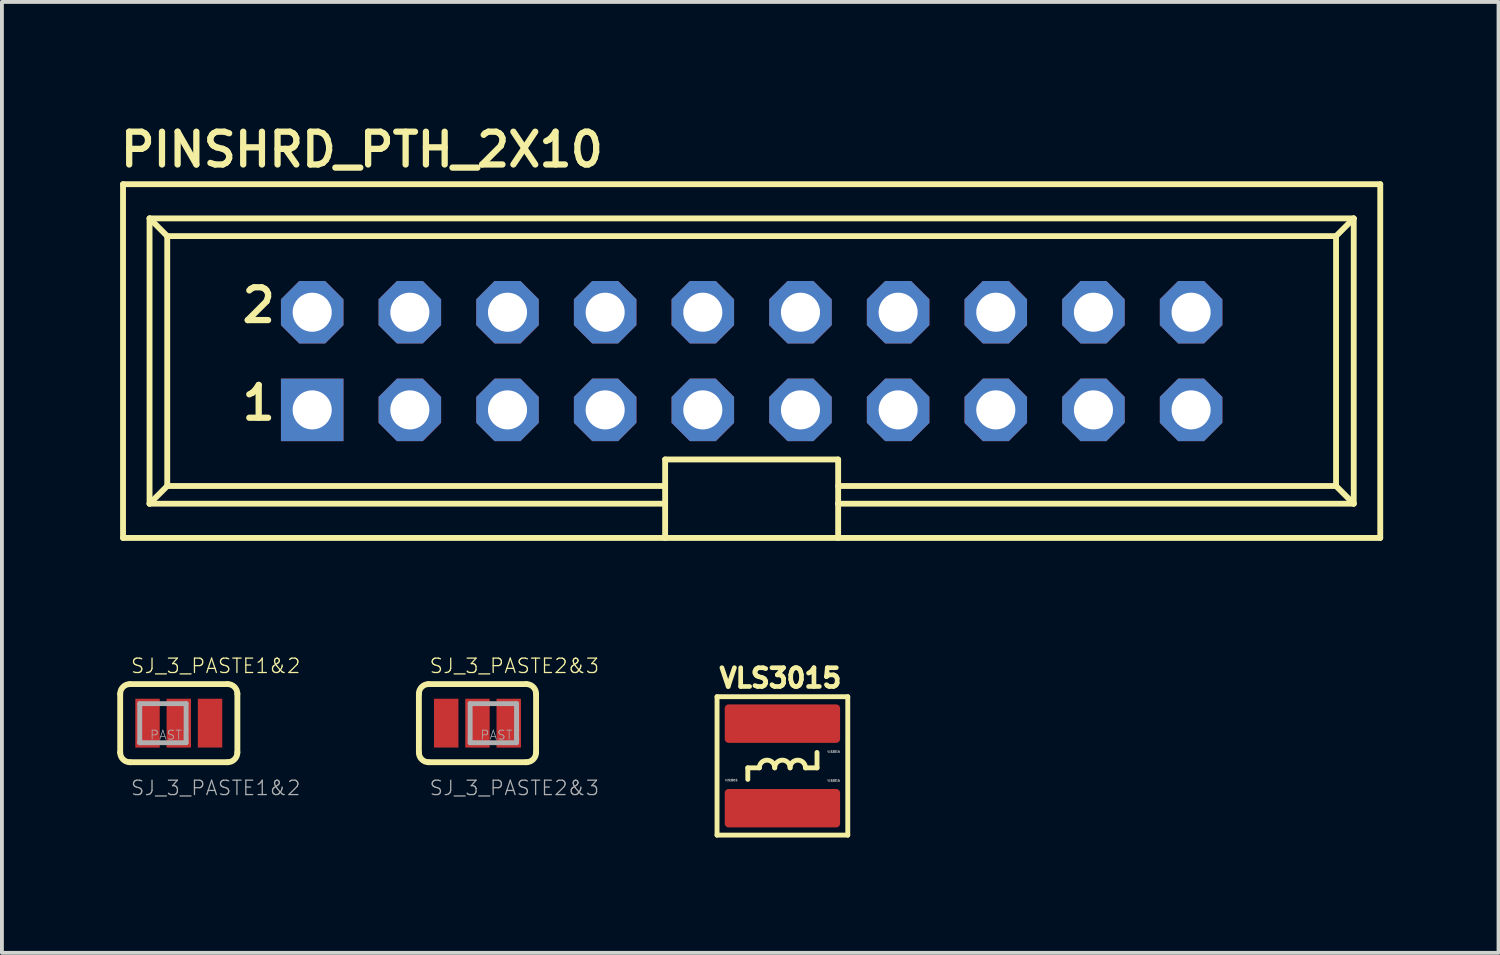
<source format=kicad_pcb>
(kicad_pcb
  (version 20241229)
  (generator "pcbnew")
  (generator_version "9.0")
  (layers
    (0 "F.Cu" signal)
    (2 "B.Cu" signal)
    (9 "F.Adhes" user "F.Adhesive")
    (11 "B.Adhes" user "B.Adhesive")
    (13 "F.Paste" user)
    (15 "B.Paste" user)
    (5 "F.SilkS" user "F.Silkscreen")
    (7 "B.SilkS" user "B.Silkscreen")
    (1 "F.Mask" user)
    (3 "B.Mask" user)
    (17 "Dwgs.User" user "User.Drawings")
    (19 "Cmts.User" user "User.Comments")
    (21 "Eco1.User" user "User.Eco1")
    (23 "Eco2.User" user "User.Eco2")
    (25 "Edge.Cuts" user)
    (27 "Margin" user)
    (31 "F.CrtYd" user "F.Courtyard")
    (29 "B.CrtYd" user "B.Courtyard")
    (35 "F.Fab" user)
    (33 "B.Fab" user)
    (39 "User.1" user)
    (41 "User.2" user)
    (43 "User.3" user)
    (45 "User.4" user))
  (footprint "PINSHRD_PTH_2X10"
    (layer "F.Cu")
    (at 16.5 6.341)
    (property "Reference" "PINSHRD_PTH_2X10" (at -16.5 -5 0) (layer "F.SilkS") (effects (font (size 0.853 0.853) (thickness 0.163)) (justify left bottom)))
    (fp_line (start -16.35 -4.6) (end 16.35 -4.6) (stroke (width 0.152) (type solid)) (layer "F.SilkS"))
    (fp_line (start -16.35 4.6) (end -16.35 -4.6) (stroke (width 0.152) (type solid)) (layer "F.SilkS"))
    (fp_line (start -15.66 -3.71) (end -15.2 -3.25) (stroke (width 0.152) (type solid)) (layer "F.SilkS"))
    (fp_line (start -15.66 -3.71) (end 15.66 -3.71) (stroke (width 0.152) (type solid)) (layer "F.SilkS"))
    (fp_line (start -15.66 3.71) (end -15.66 -3.71) (stroke (width 0.152) (type solid)) (layer "F.SilkS"))
    (fp_line (start -15.66 3.71) (end -2.25 3.71) (stroke (width 0.152) (type solid)) (layer "F.SilkS"))
    (fp_line (start -15.2 -3.25) (end -15.2 3.25) (stroke (width 0.152) (type solid)) (layer "F.SilkS"))
    (fp_line (start -15.2 -3.25) (end 15.2 -3.25) (stroke (width 0.152) (type solid)) (layer "F.SilkS"))
    (fp_line (start -15.2 3.25) (end -15.66 3.71) (stroke (width 0.152) (type solid)) (layer "F.SilkS"))
    (fp_line (start -15.2 3.25) (end -2.25 3.25) (stroke (width 0.152) (type solid)) (layer "F.SilkS"))
    (fp_line (start -2.25 2.56) (end 2.25 2.56) (stroke (width 0.152) (type solid)) (layer "F.SilkS"))
    (fp_line (start -2.25 3.71) (end -2.25 2.56) (stroke (width 0.152) (type solid)) (layer "F.SilkS"))
    (fp_line (start -2.25 4.6) (end -16.35 4.6) (stroke (width 0.152) (type solid)) (layer "F.SilkS"))
    (fp_line (start -2.25 4.6) (end -2.25 3.71) (stroke (width 0.152) (type solid)) (layer "F.SilkS"))
    (fp_line (start 2.25 2.56) (end 2.25 3.71) (stroke (width 0.152) (type solid)) (layer "F.SilkS"))
    (fp_line (start 2.25 3.71) (end 2.25 4.6) (stroke (width 0.152) (type solid)) (layer "F.SilkS"))
    (fp_line (start 2.25 4.6) (end -2.25 4.6) (stroke (width 0.152) (type solid)) (layer "F.SilkS"))
    (fp_line (start 15.2 -3.25) (end 15.2 3.25) (stroke (width 0.152) (type solid)) (layer "F.SilkS"))
    (fp_line (start 15.2 3.25) (end 2.25 3.25) (stroke (width 0.152) (type solid)) (layer "F.SilkS"))
    (fp_line (start 15.2 3.25) (end 15.66 3.71) (stroke (width 0.152) (type solid)) (layer "F.SilkS"))
    (fp_line (start 15.66 -3.71) (end 15.2 -3.25) (stroke (width 0.152) (type solid)) (layer "F.SilkS"))
    (fp_line (start 15.66 -3.71) (end 15.66 3.71) (stroke (width 0.152) (type solid)) (layer "F.SilkS"))
    (fp_line (start 15.66 3.71) (end 2.25 3.71) (stroke (width 0.152) (type solid)) (layer "F.SilkS"))
    (fp_line (start 16.35 -4.6) (end 16.35 4.6) (stroke (width 0.152) (type solid)) (layer "F.SilkS"))
    (fp_line (start 16.35 4.6) (end 2.25 4.6) (stroke (width 0.152) (type solid)) (layer "F.SilkS"))
    (fp_poly (pts (xy -11.684 -1.016) (xy -11.176 -1.016) (xy -11.176 -1.524) (xy -11.684 -1.524)) (stroke (width 0.1) (type default)) (fill no) (layer "F.Fab"))
    (fp_poly (pts (xy -11.684 1.524) (xy -11.176 1.524) (xy -11.176 1.016) (xy -11.684 1.016)) (stroke (width 0.1) (type default)) (fill no) (layer "F.Fab"))
    (fp_poly (pts (xy -9.144 -1.016) (xy -8.636 -1.016) (xy -8.636 -1.524) (xy -9.144 -1.524)) (stroke (width 0.1) (type default)) (fill no) (layer "F.Fab"))
    (fp_poly (pts (xy -9.144 1.524) (xy -8.636 1.524) (xy -8.636 1.016) (xy -9.144 1.016)) (stroke (width 0.1) (type default)) (fill no) (layer "F.Fab"))
    (fp_poly (pts (xy -6.604 -1.016) (xy -6.096 -1.016) (xy -6.096 -1.524) (xy -6.604 -1.524)) (stroke (width 0.1) (type default)) (fill no) (layer "F.Fab"))
    (fp_poly (pts (xy -6.604 1.524) (xy -6.096 1.524) (xy -6.096 1.016) (xy -6.604 1.016)) (stroke (width 0.1) (type default)) (fill no) (layer "F.Fab"))
    (fp_poly (pts (xy -4.064 -1.016) (xy -3.556 -1.016) (xy -3.556 -1.524) (xy -4.064 -1.524)) (stroke (width 0.1) (type default)) (fill no) (layer "F.Fab"))
    (fp_poly (pts (xy -4.064 1.524) (xy -3.556 1.524) (xy -3.556 1.016) (xy -4.064 1.016)) (stroke (width 0.1) (type default)) (fill no) (layer "F.Fab"))
    (fp_poly (pts (xy -1.524 -1.016) (xy -1.016 -1.016) (xy -1.016 -1.524) (xy -1.524 -1.524)) (stroke (width 0.1) (type default)) (fill no) (layer "F.Fab"))
    (fp_poly (pts (xy -1.524 1.524) (xy -1.016 1.524) (xy -1.016 1.016) (xy -1.524 1.016)) (stroke (width 0.1) (type default)) (fill no) (layer "F.Fab"))
    (fp_poly (pts (xy 1.016 -1.016) (xy 1.524 -1.016) (xy 1.524 -1.524) (xy 1.016 -1.524)) (stroke (width 0.1) (type default)) (fill no) (layer "F.Fab"))
    (fp_poly (pts (xy 1.016 1.524) (xy 1.524 1.524) (xy 1.524 1.016) (xy 1.016 1.016)) (stroke (width 0.1) (type default)) (fill no) (layer "F.Fab"))
    (fp_poly (pts (xy 3.556 -1.016) (xy 4.064 -1.016) (xy 4.064 -1.524) (xy 3.556 -1.524)) (stroke (width 0.1) (type default)) (fill no) (layer "F.Fab"))
    (fp_poly (pts (xy 3.556 1.524) (xy 4.064 1.524) (xy 4.064 1.016) (xy 3.556 1.016)) (stroke (width 0.1) (type default)) (fill no) (layer "F.Fab"))
    (fp_poly (pts (xy 6.096 -1.016) (xy 6.604 -1.016) (xy 6.604 -1.524) (xy 6.096 -1.524)) (stroke (width 0.1) (type default)) (fill no) (layer "F.Fab"))
    (fp_poly (pts (xy 6.096 1.524) (xy 6.604 1.524) (xy 6.604 1.016) (xy 6.096 1.016)) (stroke (width 0.1) (type default)) (fill no) (layer "F.Fab"))
    (fp_poly (pts (xy 8.636 -1.016) (xy 9.144 -1.016) (xy 9.144 -1.524) (xy 8.636 -1.524)) (stroke (width 0.1) (type default)) (fill no) (layer "F.Fab"))
    (fp_poly (pts (xy 8.636 1.524) (xy 9.144 1.524) (xy 9.144 1.016) (xy 8.636 1.016)) (stroke (width 0.1) (type default)) (fill no) (layer "F.Fab"))
    (fp_poly (pts (xy 11.176 -1.016) (xy 11.684 -1.016) (xy 11.684 -1.524) (xy 11.176 -1.524)) (stroke (width 0.1) (type default)) (fill no) (layer "F.Fab"))
    (fp_poly (pts (xy 11.176 1.524) (xy 11.684 1.524) (xy 11.684 1.016) (xy 11.176 1.016)) (stroke (width 0.1) (type default)) (fill no) (layer "F.Fab"))
    (fp_text user "1" (at -13.335 1.587 0) (layer "F.SilkS") (effects (font (size 0.853 0.853) (thickness 0.163)) (justify left bottom)))
    (fp_text user "2" (at -13.335 -0.953 0) (layer "F.SilkS") (effects (font (size 0.853 0.853) (thickness 0.163)) (justify left bottom)))
    (pad "1" thru_hole rect (at -11.43 1.27) (size 1.626 1.626) (drill 1.016) (layers "*.Cu" "*.Mask"))
    (pad "2" thru_hole roundrect (at -11.43 -1.27) (size 1.626 1.626) (drill 1.016) (layers "*.Cu" "*.Mask") (roundrect_rratio 0.25) (chamfer_ratio 0.293) (chamfer top_left top_right bottom_left bottom_right))
    (pad "3" thru_hole roundrect (at -8.89 1.27) (size 1.626 1.626) (drill 1.016) (layers "*.Cu" "*.Mask") (roundrect_rratio 0.25) (chamfer_ratio 0.293) (chamfer top_left top_right bottom_left bottom_right))
    (pad "4" thru_hole roundrect (at -8.89 -1.27) (size 1.626 1.626) (drill 1.016) (layers "*.Cu" "*.Mask") (roundrect_rratio 0.25) (chamfer_ratio 0.293) (chamfer top_left top_right bottom_left bottom_right))
    (pad "5" thru_hole roundrect (at -6.35 1.27) (size 1.626 1.626) (drill 1.016) (layers "*.Cu" "*.Mask") (roundrect_rratio 0.25) (chamfer_ratio 0.293) (chamfer top_left top_right bottom_left bottom_right))
    (pad "6" thru_hole roundrect (at -6.35 -1.27) (size 1.626 1.626) (drill 1.016) (layers "*.Cu" "*.Mask") (roundrect_rratio 0.25) (chamfer_ratio 0.293) (chamfer top_left top_right bottom_left bottom_right))
    (pad "7" thru_hole roundrect (at -3.81 1.27) (size 1.626 1.626) (drill 1.016) (layers "*.Cu" "*.Mask") (roundrect_rratio 0.25) (chamfer_ratio 0.293) (chamfer top_left top_right bottom_left bottom_right))
    (pad "8" thru_hole roundrect (at -3.81 -1.27) (size 1.626 1.626) (drill 1.016) (layers "*.Cu" "*.Mask") (roundrect_rratio 0.25) (chamfer_ratio 0.293) (chamfer top_left top_right bottom_left bottom_right))
    (pad "9" thru_hole roundrect (at -1.27 1.27) (size 1.626 1.626) (drill 1.016) (layers "*.Cu" "*.Mask") (roundrect_rratio 0.25) (chamfer_ratio 0.293) (chamfer top_left top_right bottom_left bottom_right))
    (pad "10" thru_hole roundrect (at -1.27 -1.27) (size 1.626 1.626) (drill 1.016) (layers "*.Cu" "*.Mask") (roundrect_rratio 0.25) (chamfer_ratio 0.293) (chamfer top_left top_right bottom_left bottom_right))
    (pad "11" thru_hole roundrect (at 1.27 1.27) (size 1.626 1.626) (drill 1.016) (layers "*.Cu" "*.Mask") (roundrect_rratio 0.25) (chamfer_ratio 0.293) (chamfer top_left top_right bottom_left bottom_right))
    (pad "12" thru_hole roundrect (at 1.27 -1.27) (size 1.626 1.626) (drill 1.016) (layers "*.Cu" "*.Mask") (roundrect_rratio 0.25) (chamfer_ratio 0.293) (chamfer top_left top_right bottom_left bottom_right))
    (pad "13" thru_hole roundrect (at 3.81 1.27) (size 1.626 1.626) (drill 1.016) (layers "*.Cu" "*.Mask") (roundrect_rratio 0.25) (chamfer_ratio 0.293) (chamfer top_left top_right bottom_left bottom_right))
    (pad "14" thru_hole roundrect (at 3.81 -1.27) (size 1.626 1.626) (drill 1.016) (layers "*.Cu" "*.Mask") (roundrect_rratio 0.25) (chamfer_ratio 0.293) (chamfer top_left top_right bottom_left bottom_right))
    (pad "15" thru_hole roundrect (at 6.35 1.27) (size 1.626 1.626) (drill 1.016) (layers "*.Cu" "*.Mask") (roundrect_rratio 0.25) (chamfer_ratio 0.293) (chamfer top_left top_right bottom_left bottom_right))
    (pad "16" thru_hole roundrect (at 6.35 -1.27) (size 1.626 1.626) (drill 1.016) (layers "*.Cu" "*.Mask") (roundrect_rratio 0.25) (chamfer_ratio 0.293) (chamfer top_left top_right bottom_left bottom_right))
    (pad "17" thru_hole roundrect (at 8.89 1.27) (size 1.626 1.626) (drill 1.016) (layers "*.Cu" "*.Mask") (roundrect_rratio 0.25) (chamfer_ratio 0.293) (chamfer top_left top_right bottom_left bottom_right))
    (pad "18" thru_hole roundrect (at 8.89 -1.27) (size 1.626 1.626) (drill 1.016) (layers "*.Cu" "*.Mask") (roundrect_rratio 0.25) (chamfer_ratio 0.293) (chamfer top_left top_right bottom_left bottom_right))
    (pad "19" thru_hole roundrect (at 11.43 1.27) (size 1.626 1.626) (drill 1.016) (layers "*.Cu" "*.Mask") (roundrect_rratio 0.25) (chamfer_ratio 0.293) (chamfer top_left top_right bottom_left bottom_right))
    (pad "20" thru_hole roundrect (at 11.43 -1.27) (size 1.626 1.626) (drill 1.016) (layers "*.Cu" "*.Mask") (roundrect_rratio 0.25) (chamfer_ratio 0.293) (chamfer top_left top_right bottom_left bottom_right)))
  (footprint "VLS3015"
    (layer "F.Cu")
    (at 17.3 16.871)
    (property "Reference" "VLS3015" (at -1.7 -2 0) (layer "F.SilkS") (effects (font (size 0.488 0.488) (thickness 0.122)) (justify left bottom)))
    (property "Value" "VLS3015" (at -1.5 -0.35 0) (layer "F.Fab") (hide yes) (effects (font (size 0.05 0.05) (thickness 0.15)) (justify left bottom)))
    (fp_line (start -1.7 -1.8) (end 1.7 -1.8) (stroke (width 0.127) (type solid)) (layer "F.SilkS"))
    (fp_line (start -1.7 1.8) (end -1.7 -1.8) (stroke (width 0.127) (type solid)) (layer "F.SilkS"))
    (fp_line (start -0.9 0.05) (end -0.9 0.35) (stroke (width 0.127) (type solid)) (layer "F.SilkS"))
    (fp_line (start -0.6 0.05) (end -0.9 0.05) (stroke (width 0.127) (type solid)) (layer "F.SilkS"))
    (fp_line (start 0.6 0.05) (end 0.9 0.05) (stroke (width 0.127) (type solid)) (layer "F.SilkS"))
    (fp_line (start 0.9 0.05) (end 0.9 -0.35) (stroke (width 0.127) (type solid)) (layer "F.SilkS"))
    (fp_line (start 1.7 -1.8) (end 1.7 1.8) (stroke (width 0.127) (type solid)) (layer "F.SilkS"))
    (fp_line (start 1.7 1.8) (end -1.7 1.8) (stroke (width 0.127) (type solid)) (layer "F.SilkS"))
    (fp_arc (start -0.6 0.05) (mid -0.4 -0.15) (end -0.2 0.05) (stroke (width 0.127) (type solid)) (layer "F.SilkS"))
    (fp_arc (start -0.2 0.05) (mid 0 -0.15) (end 0.2 0.05) (stroke (width 0.127) (type solid)) (layer "F.SilkS"))
    (fp_arc (start 0.2 0.05) (mid 0.4 -0.15) (end 0.6 0.05) (stroke (width 0.127) (type solid)) (layer "F.SilkS"))
    (fp_text user "${VALUE}" (at 1.5 -0.4 0) (layer "F.Fab") (effects (font (size 0.05 0.05) (thickness 0.15)) (justify right top)))
    (fp_text user "${VALUE}" (at -1.5 0.4 0) (layer "F.Fab") (effects (font (size 0.05 0.05) (thickness 0.15)) (justify left bottom)))
    (fp_text user "${VALUE}" (at 1.5 0.35 0) (layer "F.Fab") (effects (font (size 0.05 0.05) (thickness 0.15)) (justify right top)))
    (pad "1" smd roundrect (at 0 -1.1) (size 3 1) (layers "F.Cu" "F.Mask" "F.Paste") (roundrect_rratio 0.1))
    (pad "2" smd roundrect (at 0 1.1) (size 3 1) (layers "F.Cu" "F.Mask" "F.Paste") (roundrect_rratio 0.1)))
  (footprint "SJ_3_PASTE1&2"
    (layer "F.Cu")
    (at 1.6 15.759)
    (property "Reference" "SJ_3_PASTE1&2" (at -1.27 -1.27 0) (layer "F.SilkS") (effects (font (size 0.374 0.374) (thickness 0.033)) (justify left bottom)))
    (property "Value" "SJ_3_PASTE1&2" (at -0.1 0 0) (layer "F.Fab") (hide yes) (effects (font (size 0.018 0.018) (thickness 0.002)) (justify left bottom)))
    (fp_line (start -1.524 0.762) (end -1.524 -0.762) (stroke (width 0.152) (type solid)) (layer "F.SilkS"))
    (fp_line (start -1.27 -1.016) (end 1.27 -1.016) (stroke (width 0.152) (type solid)) (layer "F.SilkS"))
    (fp_line (start 1.27 1.016) (end -1.27 1.016) (stroke (width 0.152) (type solid)) (layer "F.SilkS"))
    (fp_line (start 1.524 0.762) (end 1.524 -0.762) (stroke (width 0.152) (type solid)) (layer "F.SilkS"))
    (fp_arc (start -1.524 -0.762) (mid -1.449605 -0.941605) (end -1.27 -1.016) (stroke (width 0.1524) (type solid)) (layer "F.SilkS"))
    (fp_arc (start -1.27 1.016) (mid -1.449605 0.941605) (end -1.524 0.762) (stroke (width 0.1524) (type solid)) (layer "F.SilkS"))
    (fp_arc (start 1.27 -1.016) (mid 1.449605 -0.941605) (end 1.524 -0.762) (stroke (width 0.1524) (type solid)) (layer "F.SilkS"))
    (fp_arc (start 1.524 0.762) (mid 1.449605 0.941605) (end 1.27 1.016) (stroke (width 0.1524) (type solid)) (layer "F.SilkS"))
    (fp_poly (pts (xy -1.448 1.016) (xy 0.279 1.016) (xy 0.279 -0.94) (xy -1.448 -0.94)) (stroke (width 0) (type default)) (fill yes) (layer "F.Paste"))
    (fp_line (start -1.016 -0.508) (end -1.016 0.508) (stroke (width 0.127) (type solid)) (layer "F.Fab"))
    (fp_line (start -1.016 0.508) (end 0.191 0.508) (stroke (width 0.127) (type solid)) (layer "F.Fab"))
    (fp_line (start 0.191 -0.508) (end -1.016 -0.508) (stroke (width 0.127) (type solid)) (layer "F.Fab"))
    (fp_line (start 0.191 0.508) (end 0.191 -0.508) (stroke (width 0.127) (type solid)) (layer "F.Fab"))
    (fp_text user "PASTE" (at -0.762 0.445 0) (layer "F.Fab") (effects (font (size 0.234 0.234) (thickness 0.02)) (justify left bottom)))
    (fp_text user "${VALUE}" (at -1.27 1.905 0) (layer "F.Fab") (effects (font (size 0.374 0.374) (thickness 0.033)) (justify left bottom)))
    (pad "1" smd rect (at -0.813 0) (size 0.635 1.27) (layers "F.Cu" "F.Mask"))
    (pad "2" smd rect (at 0 0) (size 0.635 1.27) (layers "F.Cu" "F.Mask"))
    (pad "3" smd rect (at 0.813 0) (size 0.635 1.27) (layers "F.Cu" "F.Mask")))
  (footprint "SJ_3_PASTE2&3"
    (layer "F.Cu")
    (at 9.369 15.759)
    (property "Reference" "SJ_3_PASTE2&3" (at -1.27 -1.27 0) (layer "F.SilkS") (effects (font (size 0.374 0.374) (thickness 0.033)) (justify left bottom)))
    (property "Value" "SJ_3_PASTE2&3" (at -0.1 0 0) (layer "F.Fab") (hide yes) (effects (font (size 0.018 0.018) (thickness 0.002)) (justify left bottom)))
    (fp_line (start -1.524 0.762) (end -1.524 -0.762) (stroke (width 0.152) (type solid)) (layer "F.SilkS"))
    (fp_line (start -1.27 -1.016) (end 1.27 -1.016) (stroke (width 0.152) (type solid)) (layer "F.SilkS"))
    (fp_line (start 1.27 1.016) (end -1.27 1.016) (stroke (width 0.152) (type solid)) (layer "F.SilkS"))
    (fp_line (start 1.524 0.762) (end 1.524 -0.762) (stroke (width 0.152) (type solid)) (layer "F.SilkS"))
    (fp_arc (start -1.524 -0.762) (mid -1.449605 -0.941605) (end -1.27 -1.016) (stroke (width 0.1524) (type solid)) (layer "F.SilkS"))
    (fp_arc (start -1.27 1.016) (mid -1.449605 0.941605) (end -1.524 0.762) (stroke (width 0.1524) (type solid)) (layer "F.SilkS"))
    (fp_arc (start 1.27 -1.016) (mid 1.449605 -0.941605) (end 1.524 -0.762) (stroke (width 0.1524) (type solid)) (layer "F.SilkS"))
    (fp_arc (start 1.524 0.762) (mid 1.449605 0.941605) (end 1.27 1.016) (stroke (width 0.1524) (type solid)) (layer "F.SilkS"))
    (fp_poly (pts (xy -0.279 1.016) (xy 1.422 1.016) (xy 1.422 -0.991) (xy -0.279 -0.991)) (stroke (width 0) (type default)) (fill yes) (layer "F.Paste"))
    (fp_line (start -0.191 -0.508) (end -0.191 0.508) (stroke (width 0.127) (type solid)) (layer "F.Fab"))
    (fp_line (start -0.191 0.508) (end 1.016 0.508) (stroke (width 0.127) (type solid)) (layer "F.Fab"))
    (fp_line (start 1.016 -0.508) (end -0.191 -0.508) (stroke (width 0.127) (type solid)) (layer "F.Fab"))
    (fp_line (start 1.016 0.508) (end 1.016 -0.508) (stroke (width 0.127) (type solid)) (layer "F.Fab"))
    (fp_text user "PASTE" (at 0.064 0.445 0) (layer "F.Fab") (effects (font (size 0.234 0.234) (thickness 0.02)) (justify left bottom)))
    (fp_text user "${VALUE}" (at -1.27 1.905 0) (layer "F.Fab") (effects (font (size 0.374 0.374) (thickness 0.033)) (justify left bottom)))
    (pad "1" smd rect (at -0.813 0) (size 0.635 1.27) (layers "F.Cu" "F.Mask"))
    (pad "2" smd rect (at 0 0) (size 0.635 1.27) (layers "F.Cu" "F.Mask"))
    (pad "3" smd rect (at 0.813 0) (size 0.635 1.27) (layers "F.Cu" "F.Mask")))
  (gr_rect
    (start -3 -3)
    (end 35.926 21.734)
    (stroke (width 0.1) (type default))
    (fill no)
    (layer "Edge.Cuts")))
</source>
